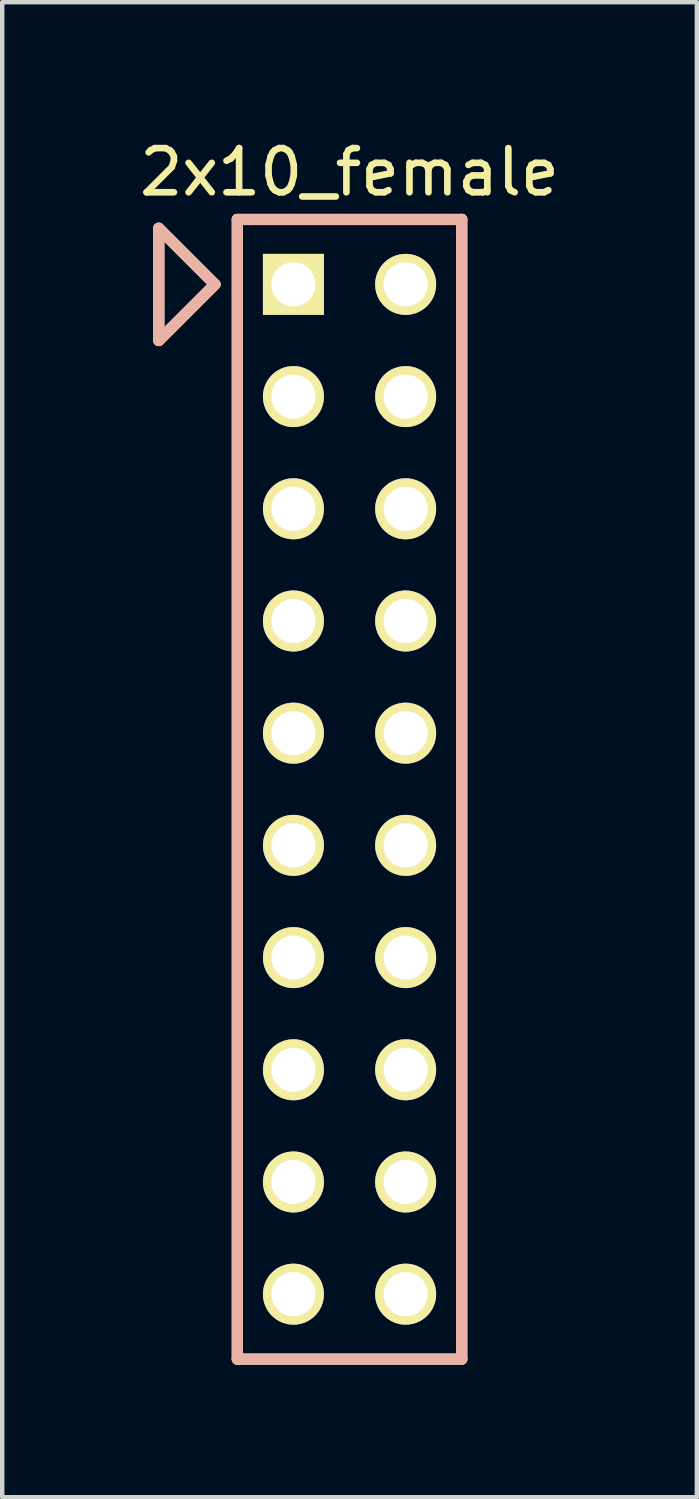
<source format=kicad_pcb>
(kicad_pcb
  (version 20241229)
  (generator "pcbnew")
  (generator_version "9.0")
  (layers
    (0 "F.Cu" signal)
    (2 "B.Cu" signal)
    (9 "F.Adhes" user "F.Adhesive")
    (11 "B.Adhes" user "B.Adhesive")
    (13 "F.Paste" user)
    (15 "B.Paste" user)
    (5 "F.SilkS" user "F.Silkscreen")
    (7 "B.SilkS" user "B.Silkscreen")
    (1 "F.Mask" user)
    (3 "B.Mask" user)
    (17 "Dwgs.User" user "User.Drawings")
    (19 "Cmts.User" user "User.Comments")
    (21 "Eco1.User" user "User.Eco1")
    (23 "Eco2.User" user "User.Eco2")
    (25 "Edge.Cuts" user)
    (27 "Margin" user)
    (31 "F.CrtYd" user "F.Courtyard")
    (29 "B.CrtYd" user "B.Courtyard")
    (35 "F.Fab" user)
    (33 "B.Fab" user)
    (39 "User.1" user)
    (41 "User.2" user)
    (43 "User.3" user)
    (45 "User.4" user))
  (footprint "2x10_female"
    (layer "F.Cu")
    (at 4.863 14.818)
    (property "Reference" "2x10_female" (at 0 -13.97 0) (layer "F.SilkS") (effects (font (size 1 1) (thickness 0.15))))
    (attr through_hole)
    (fp_line (start -4.318 -10.16) (end -4.318 -12.7) (stroke (width 0.254) (type solid)) (layer "F.SilkS"))
    (fp_line (start -4.318 -10.16) (end -3.048 -11.43) (stroke (width 0.254) (type solid)) (layer "F.SilkS"))
    (fp_line (start -3.048 -11.43) (end -4.318 -12.7) (stroke (width 0.254) (type solid)) (layer "F.SilkS"))
    (fp_line (start -2.54 -12.9) (end -2.54 12.9) (stroke (width 0.254) (type solid)) (layer "F.SilkS"))
    (fp_line (start -2.54 12.9) (end 2.54 12.9) (stroke (width 0.254) (type solid)) (layer "F.SilkS"))
    (fp_line (start 2.54 -12.9) (end -2.54 -12.9) (stroke (width 0.254) (type solid)) (layer "F.SilkS"))
    (fp_line (start 2.54 12.9) (end 2.54 -12.9) (stroke (width 0.254) (type solid)) (layer "F.SilkS"))
    (fp_line (start -4.318 -12.7) (end -3.048 -11.43) (stroke (width 0.254) (type solid)) (layer "B.SilkS"))
    (fp_line (start -4.318 -10.16) (end -4.318 -12.7) (stroke (width 0.254) (type solid)) (layer "B.SilkS"))
    (fp_line (start -3.048 -11.43) (end -4.318 -10.16) (stroke (width 0.254) (type solid)) (layer "B.SilkS"))
    (fp_line (start -2.54 -12.9) (end -2.54 12.9) (stroke (width 0.254) (type solid)) (layer "B.SilkS"))
    (fp_line (start -2.54 12.9) (end 2.54 12.9) (stroke (width 0.254) (type solid)) (layer "B.SilkS"))
    (fp_line (start 2.54 -12.9) (end -2.54 -12.9) (stroke (width 0.254) (type solid)) (layer "B.SilkS"))
    (fp_line (start 2.54 12.9) (end 2.54 -12.9) (stroke (width 0.254) (type solid)) (layer "B.SilkS"))
    (pad "1" thru_hole rect (at -1.27 -11.43) (size 1.381 1.381) (drill 1) (layers "*.Cu" "*.Mask" "F.SilkS"))
    (pad "2" thru_hole circle (at -1.27 -8.89) (size 1.381 1.381) (drill 1) (layers "*.Cu" "*.Mask" "F.SilkS"))
    (pad "3" thru_hole circle (at -1.27 -6.35) (size 1.381 1.381) (drill 1) (layers "*.Cu" "*.Mask" "F.SilkS"))
    (pad "4" thru_hole circle (at -1.27 -3.81) (size 1.381 1.381) (drill 1) (layers "*.Cu" "*.Mask" "F.SilkS"))
    (pad "5" thru_hole circle (at -1.27 -1.27) (size 1.381 1.381) (drill 1) (layers "*.Cu" "*.Mask" "F.SilkS"))
    (pad "6" thru_hole circle (at -1.27 1.27) (size 1.381 1.381) (drill 1) (layers "*.Cu" "*.Mask" "F.SilkS"))
    (pad "7" thru_hole circle (at -1.27 3.81) (size 1.381 1.381) (drill 1) (layers "*.Cu" "*.Mask" "F.SilkS"))
    (pad "8" thru_hole circle (at -1.27 6.35) (size 1.381 1.381) (drill 1) (layers "*.Cu" "*.Mask" "F.SilkS"))
    (pad "9" thru_hole circle (at -1.27 8.89) (size 1.381 1.381) (drill 1) (layers "*.Cu" "*.Mask" "F.SilkS"))
    (pad "10" thru_hole circle (at -1.27 11.43) (size 1.381 1.381) (drill 1) (layers "*.Cu" "*.Mask" "F.SilkS"))
    (pad "11" thru_hole circle (at 1.27 11.43) (size 1.381 1.381) (drill 1) (layers "*.Cu" "*.Mask" "F.SilkS"))
    (pad "12" thru_hole circle (at 1.27 8.89) (size 1.381 1.381) (drill 1) (layers "*.Cu" "*.Mask" "F.SilkS"))
    (pad "13" thru_hole circle (at 1.27 6.35) (size 1.381 1.381) (drill 1) (layers "*.Cu" "*.Mask" "F.SilkS"))
    (pad "14" thru_hole circle (at 1.27 3.81) (size 1.381 1.381) (drill 1) (layers "*.Cu" "*.Mask" "F.SilkS"))
    (pad "15" thru_hole circle (at 1.27 1.27) (size 1.381 1.381) (drill 1) (layers "*.Cu" "*.Mask" "F.SilkS"))
    (pad "16" thru_hole circle (at 1.27 -1.27) (size 1.381 1.381) (drill 1) (layers "*.Cu" "*.Mask" "F.SilkS"))
    (pad "17" thru_hole circle (at 1.27 -3.81) (size 1.381 1.381) (drill 1) (layers "*.Cu" "*.Mask" "F.SilkS"))
    (pad "18" thru_hole circle (at 1.27 -6.35) (size 1.381 1.381) (drill 1) (layers "*.Cu" "*.Mask" "F.SilkS"))
    (pad "19" thru_hole circle (at 1.27 -8.89) (size 1.381 1.381) (drill 1) (layers "*.Cu" "*.Mask" "F.SilkS"))
    (pad "20" thru_hole circle (at 1.27 -11.43) (size 1.381 1.381) (drill 1) (layers "*.Cu" "*.Mask" "F.SilkS")))
  (gr_rect
    (start -3 -3)
    (end 12.726 30.845)
    (stroke (width 0.1) (type default))
    (fill no)
    (layer "Edge.Cuts")))
</source>
